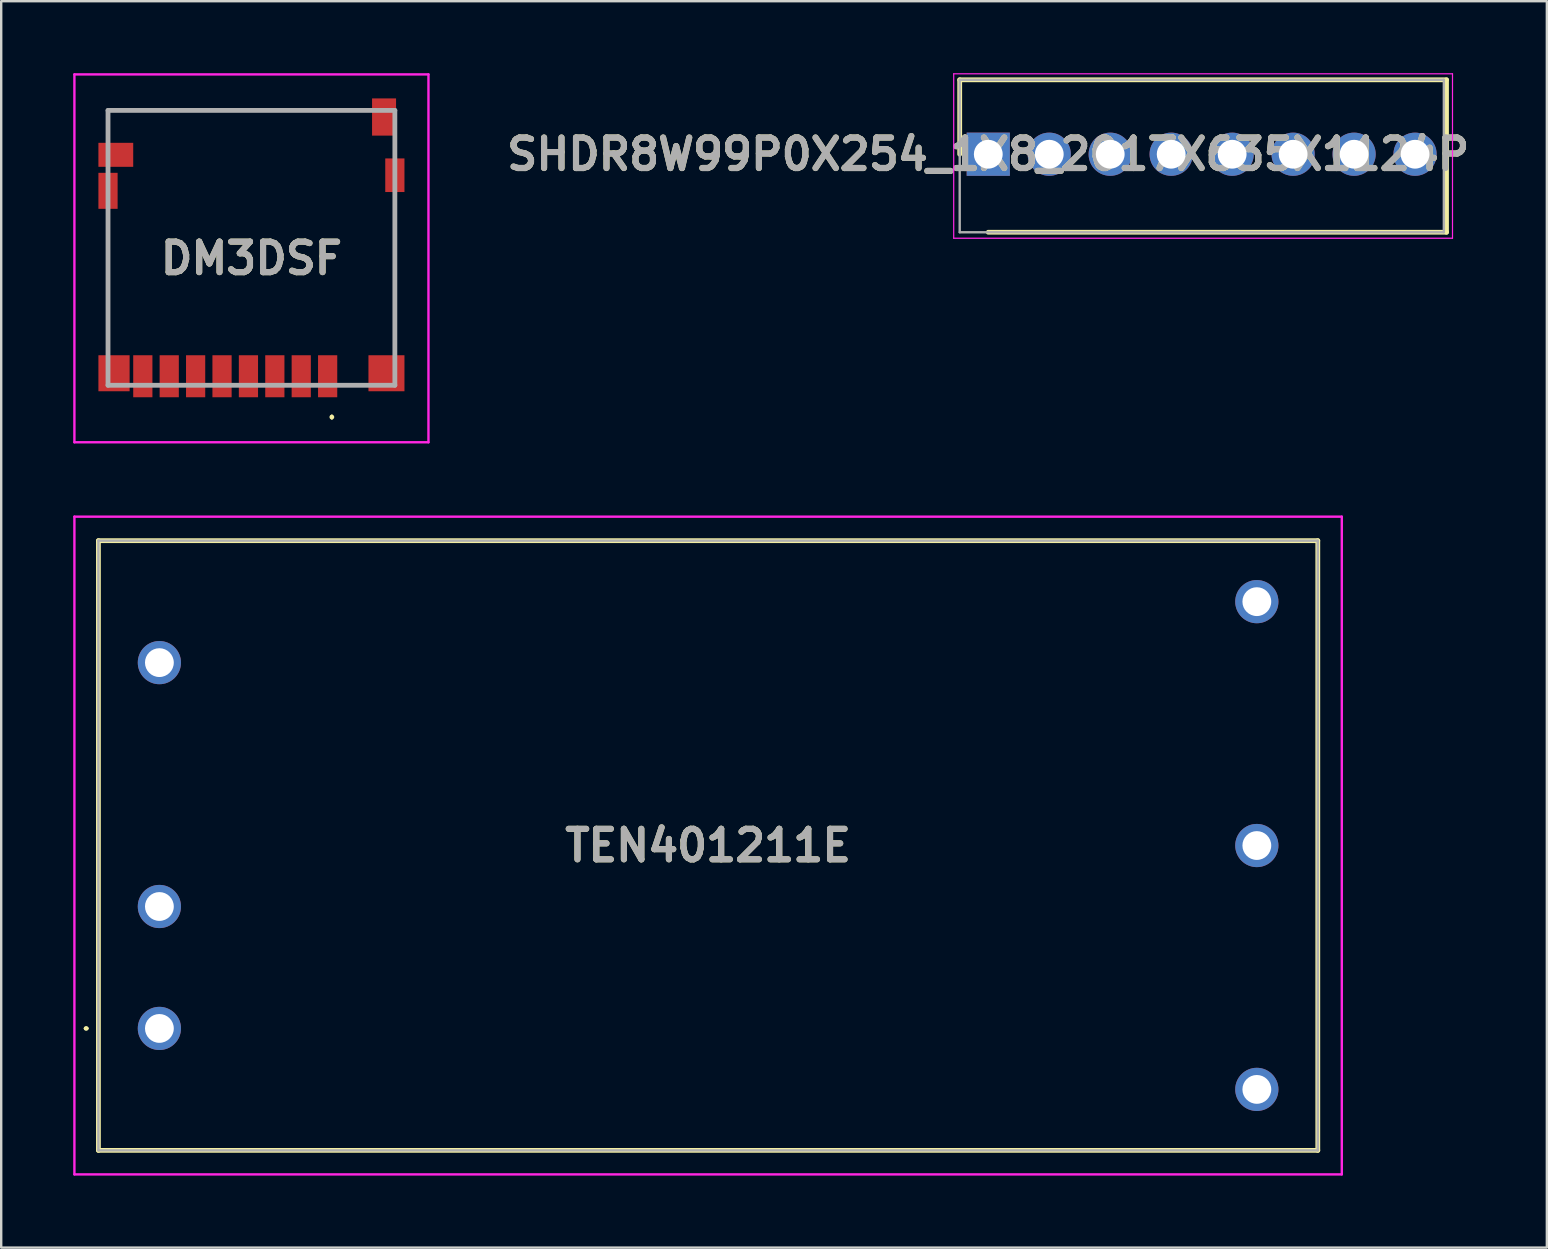
<source format=kicad_pcb>
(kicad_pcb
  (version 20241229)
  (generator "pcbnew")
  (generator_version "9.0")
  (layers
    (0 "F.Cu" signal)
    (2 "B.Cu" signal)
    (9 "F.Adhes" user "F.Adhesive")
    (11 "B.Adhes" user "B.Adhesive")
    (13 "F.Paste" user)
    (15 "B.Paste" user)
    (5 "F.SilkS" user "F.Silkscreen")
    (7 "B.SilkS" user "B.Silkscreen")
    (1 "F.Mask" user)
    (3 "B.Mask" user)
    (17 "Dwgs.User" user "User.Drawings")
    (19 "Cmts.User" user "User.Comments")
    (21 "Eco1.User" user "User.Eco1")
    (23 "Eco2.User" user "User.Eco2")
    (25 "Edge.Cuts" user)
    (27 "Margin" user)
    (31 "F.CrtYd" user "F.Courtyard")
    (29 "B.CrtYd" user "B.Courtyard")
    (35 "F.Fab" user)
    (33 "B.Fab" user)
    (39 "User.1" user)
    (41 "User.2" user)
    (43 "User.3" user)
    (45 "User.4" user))
  (footprint "TEN401211E"
    (layer "F.Cu")
    (at 3.59 39.795)
    (property "Reference" "TEN401211E" (at 22.86 -7.62 0) (layer "F.SilkS") (effects (font (size 1.27 1.27) (thickness 0.254))))
    (attr through_hole)
    (fp_line (start -3.1 0) (end -3.1 0) (stroke (width 0.1) (type solid)) (layer "F.SilkS"))
    (fp_line (start -3 0) (end -3 0) (stroke (width 0.1) (type solid)) (layer "F.SilkS"))
    (fp_line (start -2.54 -20.32) (end -2.54 5.08) (stroke (width 0.2) (type solid)) (layer "F.SilkS"))
    (fp_line (start -2.54 5.08) (end 48.26 5.08) (stroke (width 0.2) (type solid)) (layer "F.SilkS"))
    (fp_line (start 48.26 -20.32) (end -2.54 -20.32) (stroke (width 0.2) (type solid)) (layer "F.SilkS"))
    (fp_line (start 48.26 5.08) (end 48.26 -20.32) (stroke (width 0.2) (type solid)) (layer "F.SilkS"))
    (fp_arc (start -3.1 0) (mid -3.05 -0.05) (end -3 0) (stroke (width 0.1) (type solid)) (layer "F.SilkS"))
    (fp_arc (start -3 0) (mid -3.05 0.05) (end -3.1 0) (stroke (width 0.1) (type solid)) (layer "F.SilkS"))
    (fp_line (start -3.54 -21.32) (end -3.54 6.08) (stroke (width 0.1) (type solid)) (layer "F.CrtYd"))
    (fp_line (start -3.54 6.08) (end 49.26 6.08) (stroke (width 0.1) (type solid)) (layer "F.CrtYd"))
    (fp_line (start 49.26 -21.32) (end -3.54 -21.32) (stroke (width 0.1) (type solid)) (layer "F.CrtYd"))
    (fp_line (start 49.26 6.08) (end 49.26 -21.32) (stroke (width 0.1) (type solid)) (layer "F.CrtYd"))
    (fp_line (start -2.54 -20.32) (end -2.54 5.08) (stroke (width 0.1) (type solid)) (layer "F.Fab"))
    (fp_line (start -2.54 5.08) (end 48.26 5.08) (stroke (width 0.1) (type solid)) (layer "F.Fab"))
    (fp_line (start 48.26 -20.32) (end -2.54 -20.32) (stroke (width 0.1) (type solid)) (layer "F.Fab"))
    (fp_line (start 48.26 5.08) (end 48.26 -20.32) (stroke (width 0.1) (type solid)) (layer "F.Fab"))
    (fp_text user "${REFERENCE}" (at 22.86 -7.62 0) (layer "F.Fab") (effects (font (size 1.27 1.27) (thickness 0.254))))
    (pad "1" thru_hole circle (at 0 0) (size 1.8 1.8) (drill 1.2) (layers "*.Cu" "*.Mask"))
    (pad "2" thru_hole circle (at 0 -5.08) (size 1.8 1.8) (drill 1.2) (layers "*.Cu" "*.Mask"))
    (pad "3" thru_hole circle (at 0 -15.24) (size 1.8 1.8) (drill 1.2) (layers "*.Cu" "*.Mask"))
    (pad "4" thru_hole circle (at 45.72 2.54) (size 1.8 1.8) (drill 1.2) (layers "*.Cu" "*.Mask"))
    (pad "5" thru_hole circle (at 45.72 -7.62) (size 1.8 1.8) (drill 1.2) (layers "*.Cu" "*.Mask"))
    (pad "6" thru_hole circle (at 45.72 -17.78) (size 1.8 1.8) (drill 1.2) (layers "*.Cu" "*.Mask")))
  (footprint "DM3DSF"
    (layer "F.Cu")
    (at 7.425 7.275)
    (property "Reference" "DM3DSF" (at 0 0.438 0) (layer "F.SilkS") (effects (font (size 1.27 1.27) (thickness 0.254))))
    (attr smd)
    (fp_line (start -5.975 -5.725) (end -5.975 -5.025) (stroke (width 0.1) (type solid)) (layer "F.SilkS"))
    (fp_line (start -5.975 -1.025) (end -5.975 3.475) (stroke (width 0.1) (type solid)) (layer "F.SilkS"))
    (fp_line (start 3.35 7) (end 3.35 7) (stroke (width 0.1) (type solid)) (layer "F.SilkS"))
    (fp_line (start 3.35 7.1) (end 3.35 7.1) (stroke (width 0.1) (type solid)) (layer "F.SilkS"))
    (fp_line (start 3.975 -5.725) (end -5.975 -5.725) (stroke (width 0.1) (type solid)) (layer "F.SilkS"))
    (fp_line (start 5.975 3.475) (end 5.975 -1.525) (stroke (width 0.1) (type solid)) (layer "F.SilkS"))
    (fp_arc (start 3.35 7) (mid 3.4 7.05) (end 3.35 7.1) (stroke (width 0.1) (type solid)) (layer "F.SilkS"))
    (fp_arc (start 3.35 7.1) (mid 3.3 7.05) (end 3.35 7) (stroke (width 0.1) (type solid)) (layer "F.SilkS"))
    (fp_line (start -7.375 -7.225) (end 7.375 -7.225) (stroke (width 0.1) (type solid)) (layer "F.CrtYd"))
    (fp_line (start -7.375 8.1) (end -7.375 -7.225) (stroke (width 0.1) (type solid)) (layer "F.CrtYd"))
    (fp_line (start 7.375 -7.225) (end 7.375 8.1) (stroke (width 0.1) (type solid)) (layer "F.CrtYd"))
    (fp_line (start 7.375 8.1) (end -7.375 8.1) (stroke (width 0.1) (type solid)) (layer "F.CrtYd"))
    (fp_line (start -5.975 -5.725) (end 5.975 -5.725) (stroke (width 0.2) (type solid)) (layer "F.Fab"))
    (fp_line (start -5.975 5.725) (end -5.975 -5.725) (stroke (width 0.2) (type solid)) (layer "F.Fab"))
    (fp_line (start 5.975 -5.725) (end 5.975 5.725) (stroke (width 0.2) (type solid)) (layer "F.Fab"))
    (fp_line (start 5.975 5.725) (end -5.975 5.725) (stroke (width 0.2) (type solid)) (layer "F.Fab"))
    (fp_text user "${REFERENCE}" (at 0 0.438 0) (layer "F.Fab") (effects (font (size 1.27 1.27) (thickness 0.254))))
    (pad "1" smd rect (at 3.175 5.35) (size 0.8 1.75) (layers "F.Cu" "F.Mask" "F.Paste"))
    (pad "2" smd rect (at 2.075 5.35) (size 0.8 1.75) (layers "F.Cu" "F.Mask" "F.Paste"))
    (pad "3" smd rect (at 0.975 5.35) (size 0.8 1.75) (layers "F.Cu" "F.Mask" "F.Paste"))
    (pad "4" smd rect (at -0.125 5.35) (size 0.8 1.75) (layers "F.Cu" "F.Mask" "F.Paste"))
    (pad "5" smd rect (at -1.225 5.35) (size 0.8 1.75) (layers "F.Cu" "F.Mask" "F.Paste"))
    (pad "6" smd rect (at -2.325 5.35) (size 0.8 1.75) (layers "F.Cu" "F.Mask" "F.Paste"))
    (pad "7" smd rect (at -3.425 5.35) (size 0.8 1.75) (layers "F.Cu" "F.Mask" "F.Paste"))
    (pad "8" smd rect (at -4.525 5.35) (size 0.8 1.75) (layers "F.Cu" "F.Mask" "F.Paste"))
    (pad "MP1" smd rect (at 5.625 5.225) (size 1.5 1.5) (layers "F.Cu" "F.Mask" "F.Paste"))
    (pad "MP2" smd rect (at -5.725 5.225) (size 1.3 1.5) (layers "F.Cu" "F.Mask" "F.Paste"))
    (pad "MP3" smd rect (at 5.975 -3.025) (size 0.8 1.4) (layers "F.Cu" "F.Mask" "F.Paste"))
    (pad "MP4" smd rect (at 5.525 -5.45) (size 1 1.55) (layers "F.Cu" "F.Mask" "F.Paste"))
    (pad "MP5" smd rect (at -5.65 -3.875 90) (size 1 1.45) (layers "F.Cu" "F.Mask" "F.Paste"))
    (pad "MP6" smd rect (at -5.975 -2.375) (size 0.8 1.5) (layers "F.Cu" "F.Mask" "F.Paste")))
  (footprint "SHDR8W99P0X254_1X8_2017X635X1124P"
    (layer "F.Cu")
    (at 38.122 3.375)
    (property "Reference" "SHDR8W99P0X254_1X8_2017X635X1124P" (at 0 0 0) (layer "F.SilkS") (effects (font (size 1.27 1.27) (thickness 0.254))))
    (attr through_hole)
    (fp_line (start -1.19 -3.1) (end -1.19 0) (stroke (width 0.2) (type solid)) (layer "F.SilkS"))
    (fp_line (start 0 3.25) (end 19.09 3.25) (stroke (width 0.2) (type solid)) (layer "F.SilkS"))
    (fp_line (start 19.09 -3.1) (end -1.19 -3.1) (stroke (width 0.2) (type solid)) (layer "F.SilkS"))
    (fp_line (start 19.09 3.25) (end 19.09 -3.1) (stroke (width 0.2) (type solid)) (layer "F.SilkS"))
    (fp_line (start -1.44 -3.35) (end 19.34 -3.35) (stroke (width 0.05) (type solid)) (layer "F.CrtYd"))
    (fp_line (start -1.44 3.5) (end -1.44 -3.35) (stroke (width 0.05) (type solid)) (layer "F.CrtYd"))
    (fp_line (start 19.34 -3.35) (end 19.34 3.5) (stroke (width 0.05) (type solid)) (layer "F.CrtYd"))
    (fp_line (start 19.34 3.5) (end -1.44 3.5) (stroke (width 0.05) (type solid)) (layer "F.CrtYd"))
    (fp_line (start -1.19 -3.1) (end 18.98 -3.1) (stroke (width 0.1) (type solid)) (layer "F.Fab"))
    (fp_line (start -1.19 3.25) (end -1.19 -3.1) (stroke (width 0.1) (type solid)) (layer "F.Fab"))
    (fp_line (start 18.98 -3.1) (end 18.98 3.25) (stroke (width 0.1) (type solid)) (layer "F.Fab"))
    (fp_line (start 18.98 3.25) (end -1.19 3.25) (stroke (width 0.1) (type solid)) (layer "F.Fab"))
    (fp_text user "${REFERENCE}" (at 0 0 0) (layer "F.Fab") (effects (font (size 1.27 1.27) (thickness 0.254))))
    (pad "1" thru_hole rect (at 0 0) (size 1.8 1.8) (drill 1.2) (layers "*.Cu" "*.Mask"))
    (pad "2" thru_hole circle (at 2.54 0) (size 1.8 1.8) (drill 1.2) (layers "*.Cu" "*.Mask"))
    (pad "3" thru_hole circle (at 5.08 0) (size 1.8 1.8) (drill 1.2) (layers "*.Cu" "*.Mask"))
    (pad "4" thru_hole circle (at 7.62 0) (size 1.8 1.8) (drill 1.2) (layers "*.Cu" "*.Mask"))
    (pad "5" thru_hole circle (at 10.16 0) (size 1.8 1.8) (drill 1.2) (layers "*.Cu" "*.Mask"))
    (pad "6" thru_hole circle (at 12.7 0) (size 1.8 1.8) (drill 1.2) (layers "*.Cu" "*.Mask"))
    (pad "7" thru_hole circle (at 15.24 0) (size 1.8 1.8) (drill 1.2) (layers "*.Cu" "*.Mask"))
    (pad "8" thru_hole circle (at 17.78 0) (size 1.8 1.8) (drill 1.2) (layers "*.Cu" "*.Mask")))
  (gr_rect
    (start -3 -3)
    (end 61.393 48.925)
    (stroke (width 0.1) (type default))
    (fill no)
    (layer "Edge.Cuts")))
</source>
